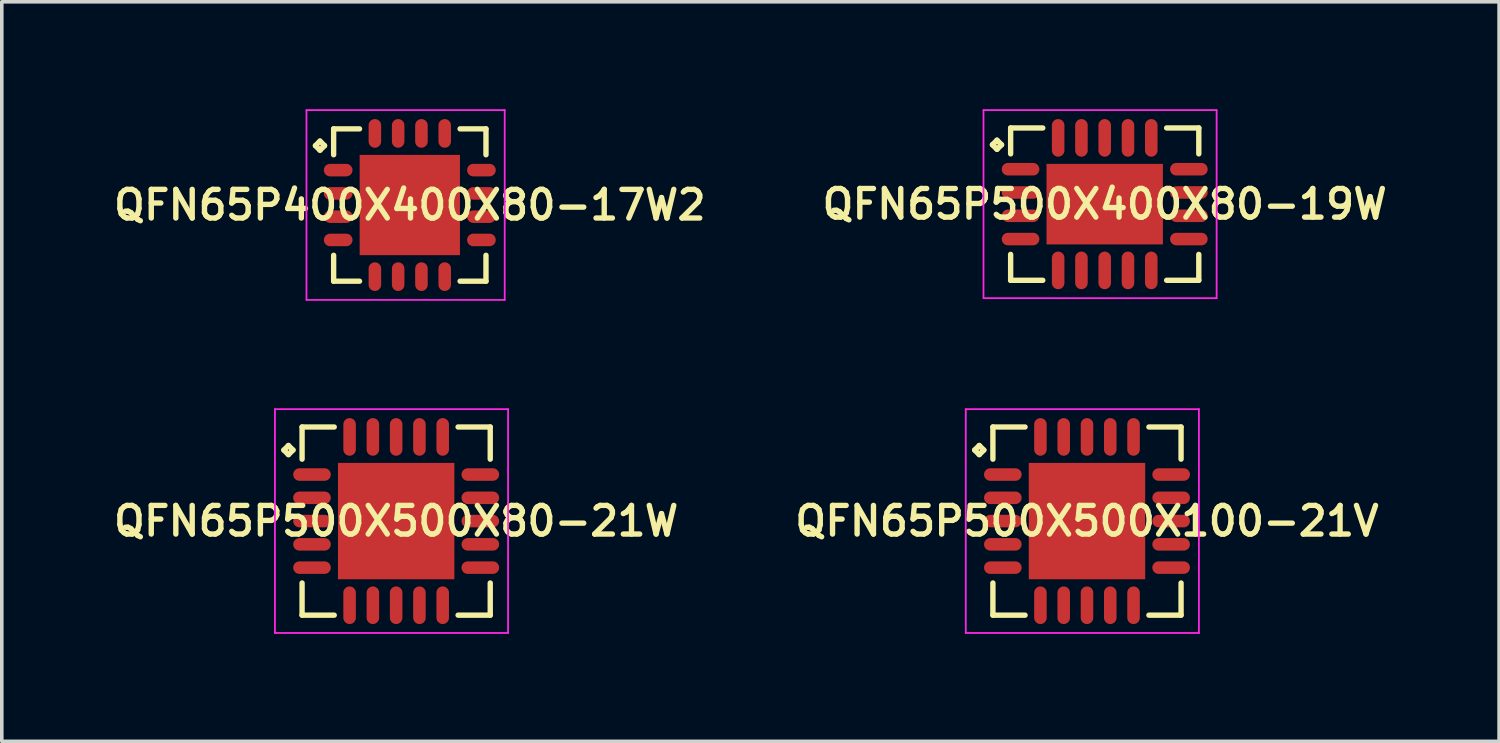
<source format=kicad_pcb>
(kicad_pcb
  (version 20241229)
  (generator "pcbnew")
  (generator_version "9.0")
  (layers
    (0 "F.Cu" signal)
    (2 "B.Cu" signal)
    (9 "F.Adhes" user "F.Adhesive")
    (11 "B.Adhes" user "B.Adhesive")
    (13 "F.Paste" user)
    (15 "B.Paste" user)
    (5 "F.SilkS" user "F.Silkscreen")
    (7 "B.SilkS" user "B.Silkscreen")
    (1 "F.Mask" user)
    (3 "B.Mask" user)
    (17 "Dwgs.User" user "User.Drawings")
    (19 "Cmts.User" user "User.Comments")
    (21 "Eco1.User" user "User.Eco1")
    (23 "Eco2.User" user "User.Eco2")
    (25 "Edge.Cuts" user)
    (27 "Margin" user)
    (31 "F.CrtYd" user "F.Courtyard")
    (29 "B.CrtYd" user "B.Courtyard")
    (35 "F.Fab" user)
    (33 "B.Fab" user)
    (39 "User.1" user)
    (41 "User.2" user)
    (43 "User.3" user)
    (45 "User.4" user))
  (footprint "QFN65P500X400X80-19W"
    (layer "F.Cu")
    (at 27.797 2.65)
    (property "Reference" "QFN65P500X400X80-19W" (at 0 0 0) (layer "F.SilkS") (effects (font (size 0.8 0.8) (thickness 0.15))))
    (attr smd)
    (fp_line (start -3.135 -1.658) (end -3.008 -1.785) (stroke (width 0.15) (type solid)) (layer "F.SilkS"))
    (fp_line (start -3.008 -1.785) (end -2.881 -1.658) (stroke (width 0.15) (type solid)) (layer "F.SilkS"))
    (fp_line (start -3.008 -1.531) (end -3.135 -1.658) (stroke (width 0.15) (type solid)) (layer "F.SilkS"))
    (fp_line (start -2.881 -1.658) (end -3.008 -1.531) (stroke (width 0.15) (type solid)) (layer "F.SilkS"))
    (fp_line (start -2.627 -2.127) (end -1.729 -2.127) (stroke (width 0.15) (type solid)) (layer "F.SilkS"))
    (fp_line (start -2.627 -1.404) (end -2.627 -2.127) (stroke (width 0.15) (type solid)) (layer "F.SilkS"))
    (fp_line (start -2.627 1.404) (end -2.627 2.127) (stroke (width 0.15) (type solid)) (layer "F.SilkS"))
    (fp_line (start -2.627 2.127) (end -1.729 2.127) (stroke (width 0.15) (type solid)) (layer "F.SilkS"))
    (fp_line (start 1.729 -2.127) (end 2.627 -2.127) (stroke (width 0.15) (type solid)) (layer "F.SilkS"))
    (fp_line (start 1.729 2.127) (end 2.627 2.127) (stroke (width 0.15) (type solid)) (layer "F.SilkS"))
    (fp_line (start 2.627 -2.127) (end 2.627 -1.404) (stroke (width 0.15) (type solid)) (layer "F.SilkS"))
    (fp_line (start 2.627 2.127) (end 2.627 1.404) (stroke (width 0.15) (type solid)) (layer "F.SilkS"))
    (fp_line (start -3.385 -2.625) (end 3.125 -2.625) (stroke (width 0.05) (type solid)) (layer "F.CrtYd"))
    (fp_line (start -3.385 2.625) (end -3.385 -2.625) (stroke (width 0.05) (type solid)) (layer "F.CrtYd"))
    (fp_line (start 3.125 -2.625) (end 3.125 2.625) (stroke (width 0.05) (type solid)) (layer "F.CrtYd"))
    (fp_line (start 3.125 2.625) (end -3.385 2.625) (stroke (width 0.05) (type solid)) (layer "F.CrtYd"))
    (pad "1" smd oval (at -2.35 -0.975) (size 1.05 0.35) (layers "F.Cu" "F.Mask" "F.Paste"))
    (pad "2" smd oval (at -2.35 -0.325) (size 1.05 0.35) (layers "F.Cu" "F.Mask" "F.Paste"))
    (pad "3" smd oval (at -2.35 0.325) (size 1.05 0.35) (layers "F.Cu" "F.Mask" "F.Paste"))
    (pad "4" smd oval (at -2.35 0.975) (size 1.05 0.35) (layers "F.Cu" "F.Mask" "F.Paste"))
    (pad "5" smd oval (at -1.3 1.85) (size 0.35 1.05) (layers "F.Cu" "F.Mask" "F.Paste"))
    (pad "6" smd oval (at -0.65 1.85) (size 0.35 1.05) (layers "F.Cu" "F.Mask" "F.Paste"))
    (pad "7" smd oval (at 0 1.85) (size 0.35 1.05) (layers "F.Cu" "F.Mask" "F.Paste"))
    (pad "8" smd oval (at 0.65 1.85) (size 0.35 1.05) (layers "F.Cu" "F.Mask" "F.Paste"))
    (pad "9" smd oval (at 1.3 1.85) (size 0.35 1.05) (layers "F.Cu" "F.Mask" "F.Paste"))
    (pad "10" smd oval (at 2.35 0.975) (size 1.05 0.35) (layers "F.Cu" "F.Mask" "F.Paste"))
    (pad "11" smd oval (at 2.35 0.325) (size 1.05 0.35) (layers "F.Cu" "F.Mask" "F.Paste"))
    (pad "12" smd oval (at 2.35 -0.325) (size 1.05 0.35) (layers "F.Cu" "F.Mask" "F.Paste"))
    (pad "13" smd oval (at 2.35 -0.975) (size 1.05 0.35) (layers "F.Cu" "F.Mask" "F.Paste"))
    (pad "14" smd oval (at 1.3 -1.85) (size 0.35 1.05) (layers "F.Cu" "F.Mask" "F.Paste"))
    (pad "15" smd oval (at 0.65 -1.85) (size 0.35 1.05) (layers "F.Cu" "F.Mask" "F.Paste"))
    (pad "16" smd oval (at 0 -1.85) (size 0.35 1.05) (layers "F.Cu" "F.Mask" "F.Paste"))
    (pad "17" smd oval (at -0.65 -1.85) (size 0.35 1.05) (layers "F.Cu" "F.Mask" "F.Paste"))
    (pad "18" smd oval (at -1.3 -1.85) (size 0.35 1.05) (layers "F.Cu" "F.Mask" "F.Paste"))
    (pad "19" smd rect (at 0 0) (size 3.25 2.25) (layers "F.Cu" "F.Mask" "F.Paste")))
  (footprint "QFN65P500X500X80-21W"
    (layer "F.Cu")
    (at 8.012 11.5)
    (property "Reference" "QFN65P500X500X80-21W" (at 0 0 0) (layer "F.SilkS") (effects (font (size 0.8 0.8) (thickness 0.15))))
    (attr smd)
    (fp_line (start -3.135 -1.983) (end -3.008 -2.11) (stroke (width 0.15) (type solid)) (layer "F.SilkS"))
    (fp_line (start -3.008 -2.11) (end -2.881 -1.983) (stroke (width 0.15) (type solid)) (layer "F.SilkS"))
    (fp_line (start -3.008 -1.856) (end -3.135 -1.983) (stroke (width 0.15) (type solid)) (layer "F.SilkS"))
    (fp_line (start -2.881 -1.983) (end -3.008 -1.856) (stroke (width 0.15) (type solid)) (layer "F.SilkS"))
    (fp_line (start -2.627 -2.627) (end -1.729 -2.627) (stroke (width 0.15) (type solid)) (layer "F.SilkS"))
    (fp_line (start -2.627 -1.729) (end -2.627 -2.627) (stroke (width 0.15) (type solid)) (layer "F.SilkS"))
    (fp_line (start -2.627 1.729) (end -2.627 2.627) (stroke (width 0.15) (type solid)) (layer "F.SilkS"))
    (fp_line (start -2.627 2.627) (end -1.729 2.627) (stroke (width 0.15) (type solid)) (layer "F.SilkS"))
    (fp_line (start 1.729 -2.627) (end 2.627 -2.627) (stroke (width 0.15) (type solid)) (layer "F.SilkS"))
    (fp_line (start 1.729 2.627) (end 2.627 2.627) (stroke (width 0.15) (type solid)) (layer "F.SilkS"))
    (fp_line (start 2.627 -2.627) (end 2.627 -1.729) (stroke (width 0.15) (type solid)) (layer "F.SilkS"))
    (fp_line (start 2.627 2.627) (end 2.627 1.729) (stroke (width 0.15) (type solid)) (layer "F.SilkS"))
    (fp_line (start -3.385 -3.125) (end 3.125 -3.125) (stroke (width 0.05) (type solid)) (layer "F.CrtYd"))
    (fp_line (start -3.385 3.125) (end -3.385 -3.125) (stroke (width 0.05) (type solid)) (layer "F.CrtYd"))
    (fp_line (start 3.125 -3.125) (end 3.125 3.125) (stroke (width 0.05) (type solid)) (layer "F.CrtYd"))
    (fp_line (start 3.125 3.125) (end -3.385 3.125) (stroke (width 0.05) (type solid)) (layer "F.CrtYd"))
    (pad "1" smd oval (at -2.35 -1.3) (size 1.05 0.35) (layers "F.Cu" "F.Mask" "F.Paste"))
    (pad "2" smd oval (at -2.35 -0.65) (size 1.05 0.35) (layers "F.Cu" "F.Mask" "F.Paste"))
    (pad "3" smd oval (at -2.35 0) (size 1.05 0.35) (layers "F.Cu" "F.Mask" "F.Paste"))
    (pad "4" smd oval (at -2.35 0.65) (size 1.05 0.35) (layers "F.Cu" "F.Mask" "F.Paste"))
    (pad "5" smd oval (at -2.35 1.3) (size 1.05 0.35) (layers "F.Cu" "F.Mask" "F.Paste"))
    (pad "6" smd oval (at -1.3 2.35) (size 0.35 1.05) (layers "F.Cu" "F.Mask" "F.Paste"))
    (pad "7" smd oval (at -0.65 2.35) (size 0.35 1.05) (layers "F.Cu" "F.Mask" "F.Paste"))
    (pad "8" smd oval (at 0 2.35) (size 0.35 1.05) (layers "F.Cu" "F.Mask" "F.Paste"))
    (pad "9" smd oval (at 0.65 2.35) (size 0.35 1.05) (layers "F.Cu" "F.Mask" "F.Paste"))
    (pad "10" smd oval (at 1.3 2.35) (size 0.35 1.05) (layers "F.Cu" "F.Mask" "F.Paste"))
    (pad "11" smd oval (at 2.35 1.3) (size 1.05 0.35) (layers "F.Cu" "F.Mask" "F.Paste"))
    (pad "12" smd oval (at 2.35 0.65) (size 1.05 0.35) (layers "F.Cu" "F.Mask" "F.Paste"))
    (pad "13" smd oval (at 2.35 0) (size 1.05 0.35) (layers "F.Cu" "F.Mask" "F.Paste"))
    (pad "14" smd oval (at 2.35 -0.65) (size 1.05 0.35) (layers "F.Cu" "F.Mask" "F.Paste"))
    (pad "15" smd oval (at 2.35 -1.3) (size 1.05 0.35) (layers "F.Cu" "F.Mask" "F.Paste"))
    (pad "16" smd oval (at 1.3 -2.35) (size 0.35 1.05) (layers "F.Cu" "F.Mask" "F.Paste"))
    (pad "17" smd oval (at 0.65 -2.35) (size 0.35 1.05) (layers "F.Cu" "F.Mask" "F.Paste"))
    (pad "18" smd oval (at 0 -2.35) (size 0.35 1.05) (layers "F.Cu" "F.Mask" "F.Paste"))
    (pad "19" smd oval (at -0.65 -2.35) (size 0.35 1.05) (layers "F.Cu" "F.Mask" "F.Paste"))
    (pad "20" smd oval (at -1.3 -2.35) (size 0.35 1.05) (layers "F.Cu" "F.Mask" "F.Paste"))
    (pad "21" smd rect (at 0 0) (size 3.25 3.25) (layers "F.Cu" "F.Mask" "F.Paste")))
  (footprint "QFN65P500X500X100-21V"
    (layer "F.Cu")
    (at 27.302 11.5)
    (property "Reference" "QFN65P500X500X100-21V" (at 0 0 0) (layer "F.SilkS") (effects (font (size 0.8 0.8) (thickness 0.15))))
    (attr smd)
    (fp_line (start -3.135 -1.983) (end -3.008 -2.11) (stroke (width 0.15) (type solid)) (layer "F.SilkS"))
    (fp_line (start -3.008 -2.11) (end -2.881 -1.983) (stroke (width 0.15) (type solid)) (layer "F.SilkS"))
    (fp_line (start -3.008 -1.856) (end -3.135 -1.983) (stroke (width 0.15) (type solid)) (layer "F.SilkS"))
    (fp_line (start -2.881 -1.983) (end -3.008 -1.856) (stroke (width 0.15) (type solid)) (layer "F.SilkS"))
    (fp_line (start -2.627 -2.627) (end -1.729 -2.627) (stroke (width 0.15) (type solid)) (layer "F.SilkS"))
    (fp_line (start -2.627 -1.729) (end -2.627 -2.627) (stroke (width 0.15) (type solid)) (layer "F.SilkS"))
    (fp_line (start -2.627 1.729) (end -2.627 2.627) (stroke (width 0.15) (type solid)) (layer "F.SilkS"))
    (fp_line (start -2.627 2.627) (end -1.729 2.627) (stroke (width 0.15) (type solid)) (layer "F.SilkS"))
    (fp_line (start 1.729 -2.627) (end 2.627 -2.627) (stroke (width 0.15) (type solid)) (layer "F.SilkS"))
    (fp_line (start 1.729 2.627) (end 2.627 2.627) (stroke (width 0.15) (type solid)) (layer "F.SilkS"))
    (fp_line (start 2.627 -2.627) (end 2.627 -1.729) (stroke (width 0.15) (type solid)) (layer "F.SilkS"))
    (fp_line (start 2.627 2.627) (end 2.627 1.729) (stroke (width 0.15) (type solid)) (layer "F.SilkS"))
    (fp_line (start -3.385 -3.125) (end 3.125 -3.125) (stroke (width 0.05) (type solid)) (layer "F.CrtYd"))
    (fp_line (start -3.385 3.125) (end -3.385 -3.125) (stroke (width 0.05) (type solid)) (layer "F.CrtYd"))
    (fp_line (start 3.125 -3.125) (end 3.125 3.125) (stroke (width 0.05) (type solid)) (layer "F.CrtYd"))
    (fp_line (start 3.125 3.125) (end -3.385 3.125) (stroke (width 0.05) (type solid)) (layer "F.CrtYd"))
    (pad "1" smd oval (at -2.35 -1.3) (size 1.05 0.35) (layers "F.Cu" "F.Mask" "F.Paste"))
    (pad "2" smd oval (at -2.35 -0.65) (size 1.05 0.35) (layers "F.Cu" "F.Mask" "F.Paste"))
    (pad "3" smd oval (at -2.35 0) (size 1.05 0.35) (layers "F.Cu" "F.Mask" "F.Paste"))
    (pad "4" smd oval (at -2.35 0.65) (size 1.05 0.35) (layers "F.Cu" "F.Mask" "F.Paste"))
    (pad "5" smd oval (at -2.35 1.3) (size 1.05 0.35) (layers "F.Cu" "F.Mask" "F.Paste"))
    (pad "6" smd oval (at -1.3 2.35) (size 0.35 1.05) (layers "F.Cu" "F.Mask" "F.Paste"))
    (pad "7" smd oval (at -0.65 2.35) (size 0.35 1.05) (layers "F.Cu" "F.Mask" "F.Paste"))
    (pad "8" smd oval (at 0 2.35) (size 0.35 1.05) (layers "F.Cu" "F.Mask" "F.Paste"))
    (pad "9" smd oval (at 0.65 2.35) (size 0.35 1.05) (layers "F.Cu" "F.Mask" "F.Paste"))
    (pad "10" smd oval (at 1.3 2.35) (size 0.35 1.05) (layers "F.Cu" "F.Mask" "F.Paste"))
    (pad "11" smd oval (at 2.35 1.3) (size 1.05 0.35) (layers "F.Cu" "F.Mask" "F.Paste"))
    (pad "12" smd oval (at 2.35 0.65) (size 1.05 0.35) (layers "F.Cu" "F.Mask" "F.Paste"))
    (pad "13" smd oval (at 2.35 0) (size 1.05 0.35) (layers "F.Cu" "F.Mask" "F.Paste"))
    (pad "14" smd oval (at 2.35 -0.65) (size 1.05 0.35) (layers "F.Cu" "F.Mask" "F.Paste"))
    (pad "15" smd oval (at 2.35 -1.3) (size 1.05 0.35) (layers "F.Cu" "F.Mask" "F.Paste"))
    (pad "16" smd oval (at 1.3 -2.35) (size 0.35 1.05) (layers "F.Cu" "F.Mask" "F.Paste"))
    (pad "17" smd oval (at 0.65 -2.35) (size 0.35 1.05) (layers "F.Cu" "F.Mask" "F.Paste"))
    (pad "18" smd oval (at 0 -2.35) (size 0.35 1.05) (layers "F.Cu" "F.Mask" "F.Paste"))
    (pad "19" smd oval (at -0.65 -2.35) (size 0.35 1.05) (layers "F.Cu" "F.Mask" "F.Paste"))
    (pad "20" smd oval (at -1.3 -2.35) (size 0.35 1.05) (layers "F.Cu" "F.Mask" "F.Paste"))
    (pad "21" smd rect (at 0 0) (size 3.25 3.25) (layers "F.Cu" "F.Mask" "F.Paste")))
  (footprint "QFN65P400X400X80-17W2"
    (layer "F.Cu")
    (at 8.393 2.675)
    (property "Reference" "QFN65P400X400X80-17W2" (at 0 0 0) (layer "F.SilkS") (effects (font (size 0.8 0.8) (thickness 0.15))))
    (attr smd)
    (fp_line (start -2.635 -1.658) (end -2.508 -1.785) (stroke (width 0.15) (type solid)) (layer "F.SilkS"))
    (fp_line (start -2.508 -1.785) (end -2.381 -1.658) (stroke (width 0.15) (type solid)) (layer "F.SilkS"))
    (fp_line (start -2.508 -1.531) (end -2.635 -1.658) (stroke (width 0.15) (type solid)) (layer "F.SilkS"))
    (fp_line (start -2.381 -1.658) (end -2.508 -1.531) (stroke (width 0.15) (type solid)) (layer "F.SilkS"))
    (fp_line (start -2.127 -2.127) (end -1.404 -2.127) (stroke (width 0.15) (type solid)) (layer "F.SilkS"))
    (fp_line (start -2.127 -1.404) (end -2.127 -2.127) (stroke (width 0.15) (type solid)) (layer "F.SilkS"))
    (fp_line (start -2.127 1.404) (end -2.127 2.127) (stroke (width 0.15) (type solid)) (layer "F.SilkS"))
    (fp_line (start -2.127 2.127) (end -1.404 2.127) (stroke (width 0.15) (type solid)) (layer "F.SilkS"))
    (fp_line (start 1.404 -2.127) (end 2.127 -2.127) (stroke (width 0.15) (type solid)) (layer "F.SilkS"))
    (fp_line (start 1.404 2.127) (end 2.127 2.127) (stroke (width 0.15) (type solid)) (layer "F.SilkS"))
    (fp_line (start 2.127 -2.127) (end 2.127 -1.404) (stroke (width 0.15) (type solid)) (layer "F.SilkS"))
    (fp_line (start 2.127 2.127) (end 2.127 1.404) (stroke (width 0.15) (type solid)) (layer "F.SilkS"))
    (fp_line (start -2.885 -2.65) (end 2.65 -2.65) (stroke (width 0.05) (type solid)) (layer "F.CrtYd"))
    (fp_line (start -2.885 2.65) (end -2.885 -2.65) (stroke (width 0.05) (type solid)) (layer "F.CrtYd"))
    (fp_line (start 2.65 -2.65) (end 2.65 2.65) (stroke (width 0.05) (type solid)) (layer "F.CrtYd"))
    (fp_line (start 2.65 2.65) (end -2.885 2.65) (stroke (width 0.05) (type solid)) (layer "F.CrtYd"))
    (pad "1" smd oval (at -2 -0.975) (size 0.8 0.35) (layers "F.Cu" "F.Mask" "F.Paste"))
    (pad "2" smd oval (at -2 -0.325) (size 0.8 0.35) (layers "F.Cu" "F.Mask" "F.Paste"))
    (pad "3" smd oval (at -2 0.325) (size 0.8 0.35) (layers "F.Cu" "F.Mask" "F.Paste"))
    (pad "4" smd oval (at -2 0.975) (size 0.8 0.35) (layers "F.Cu" "F.Mask" "F.Paste"))
    (pad "5" smd oval (at -0.975 2) (size 0.35 0.8) (layers "F.Cu" "F.Mask" "F.Paste"))
    (pad "6" smd oval (at -0.325 2) (size 0.35 0.8) (layers "F.Cu" "F.Mask" "F.Paste"))
    (pad "7" smd oval (at 0.325 2) (size 0.35 0.8) (layers "F.Cu" "F.Mask" "F.Paste"))
    (pad "8" smd oval (at 0.975 2) (size 0.35 0.8) (layers "F.Cu" "F.Mask" "F.Paste"))
    (pad "9" smd oval (at 2 0.975) (size 0.8 0.35) (layers "F.Cu" "F.Mask" "F.Paste"))
    (pad "10" smd oval (at 2 0.325) (size 0.8 0.35) (layers "F.Cu" "F.Mask" "F.Paste"))
    (pad "11" smd oval (at 2 -0.325) (size 0.8 0.35) (layers "F.Cu" "F.Mask" "F.Paste"))
    (pad "12" smd oval (at 2 -0.975) (size 0.8 0.35) (layers "F.Cu" "F.Mask" "F.Paste"))
    (pad "13" smd oval (at 0.975 -2) (size 0.35 0.8) (layers "F.Cu" "F.Mask" "F.Paste"))
    (pad "14" smd oval (at 0.325 -2) (size 0.35 0.8) (layers "F.Cu" "F.Mask" "F.Paste"))
    (pad "15" smd oval (at -0.325 -2) (size 0.35 0.8) (layers "F.Cu" "F.Mask" "F.Paste"))
    (pad "16" smd oval (at -0.975 -2) (size 0.35 0.8) (layers "F.Cu" "F.Mask" "F.Paste"))
    (pad "17" smd rect (at 0 0) (size 2.8 2.8) (layers "F.Cu" "F.Mask" "F.Paste")))
  (gr_rect
    (start -3 -3)
    (end 38.809 17.65)
    (stroke (width 0.1) (type default))
    (fill no)
    (layer "Edge.Cuts")))
</source>
